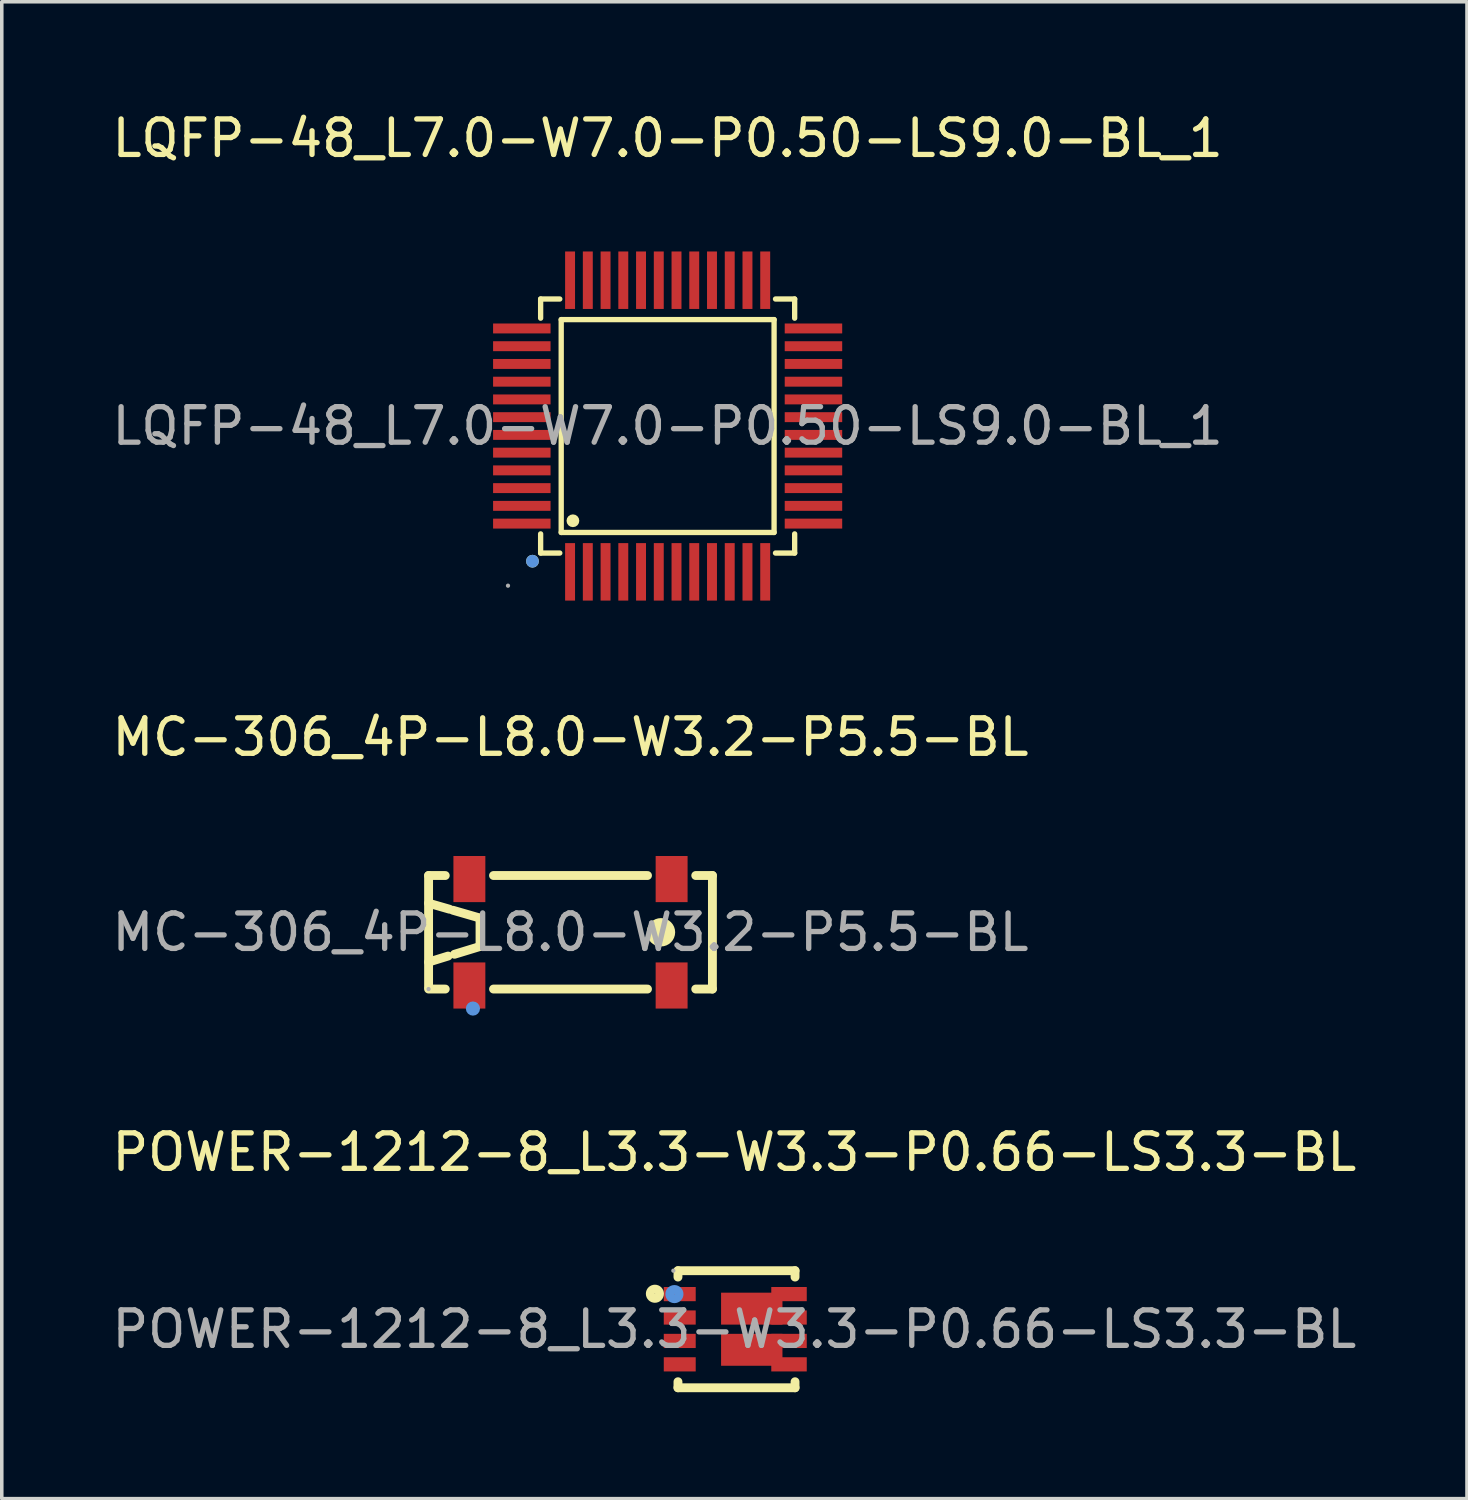
<source format=kicad_pcb>
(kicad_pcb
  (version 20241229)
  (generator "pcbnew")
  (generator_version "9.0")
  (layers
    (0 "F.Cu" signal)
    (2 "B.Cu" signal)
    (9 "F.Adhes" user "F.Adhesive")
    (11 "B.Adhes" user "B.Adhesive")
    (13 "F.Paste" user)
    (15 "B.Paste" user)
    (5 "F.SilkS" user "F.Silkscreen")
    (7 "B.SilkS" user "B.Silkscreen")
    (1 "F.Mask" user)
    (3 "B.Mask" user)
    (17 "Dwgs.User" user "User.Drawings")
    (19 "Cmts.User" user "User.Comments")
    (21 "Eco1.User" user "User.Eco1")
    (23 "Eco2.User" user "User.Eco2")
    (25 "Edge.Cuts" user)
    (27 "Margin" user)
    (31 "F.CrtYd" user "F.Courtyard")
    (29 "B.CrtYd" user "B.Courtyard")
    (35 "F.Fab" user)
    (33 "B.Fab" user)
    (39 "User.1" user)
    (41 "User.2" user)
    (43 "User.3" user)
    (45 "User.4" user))
  (footprint "MC-306_4P-L8.0-W3.2-P5.5-BL"
    (layer "F.Cu")
    (at 13.03 23.227)
    (property "Reference" "MC-306_4P-L8.0-W3.2-P5.5-BL" (at 0 -5.5 0) (layer "F.SilkS") (effects (font (size 1 1) (thickness 0.15))))
    (attr smd)
    (fp_line (start -4 -1.6) (end -4 1.55) (stroke (width 0.25) (type solid)) (layer "F.SilkS"))
    (fp_line (start -4 -0.82) (end -3.41 -0.65) (stroke (width 0.25) (type solid)) (layer "F.SilkS"))
    (fp_line (start -4 1.6) (end -3.53 1.6) (stroke (width 0.25) (type solid)) (layer "F.SilkS"))
    (fp_line (start -3.53 -1.6) (end -4 -1.6) (stroke (width 0.25) (type solid)) (layer "F.SilkS"))
    (fp_line (start -3.45 0.67) (end -4 0.84) (stroke (width 0.25) (type solid)) (layer "F.SilkS"))
    (fp_line (start -3.31 -0.62) (end -2.55 -0.4) (stroke (width 0.25) (type solid)) (layer "F.SilkS"))
    (fp_line (start -2.55 -0.4) (end -2.55 0.4) (stroke (width 0.25) (type solid)) (layer "F.SilkS"))
    (fp_line (start -2.55 0.4) (end -3.27 0.62) (stroke (width 0.25) (type solid)) (layer "F.SilkS"))
    (fp_line (start -2.17 1.6) (end 2.17 1.6) (stroke (width 0.25) (type solid)) (layer "F.SilkS"))
    (fp_line (start 2.17 -1.6) (end -2.17 -1.6) (stroke (width 0.25) (type solid)) (layer "F.SilkS"))
    (fp_line (start 3.53 1.6) (end 4 1.6) (stroke (width 0.25) (type solid)) (layer "F.SilkS"))
    (fp_line (start 4 -1.6) (end 3.53 -1.6) (stroke (width 0.25) (type solid)) (layer "F.SilkS"))
    (fp_line (start 4 1.6) (end 4 -1.6) (stroke (width 0.25) (type solid)) (layer "F.SilkS"))
    (fp_circle (center 2.55 0) (end 2.75 0) (stroke (width 0.4) (type solid)) (fill no) (layer "F.SilkS"))
    (fp_circle (center -2.75 2.15) (end -2.65 2.15) (stroke (width 0.2) (type solid)) (fill no) (layer "Cmts.User"))
    (fp_circle (center -4 1.6) (end -3.97 1.6) (stroke (width 0.06) (type solid)) (fill no) (layer "F.Fab"))
    (fp_text user "${REFERENCE}" (at 0 0 0) (layer "F.Fab") (effects (font (size 1 1) (thickness 0.15))))
    (pad "1" smd rect (at -2.85 1.5) (size 0.9 1.3) (layers "F.Cu" "F.Mask" "F.Paste"))
    (pad "2" smd rect (at 2.85 1.5) (size 0.9 1.3) (layers "F.Cu" "F.Mask" "F.Paste"))
    (pad "3" smd rect (at 2.85 -1.5) (size 0.9 1.3) (layers "F.Cu" "F.Mask" "F.Paste"))
    (pad "4" smd rect (at -2.85 -1.5) (size 0.9 1.3) (layers "F.Cu" "F.Mask" "F.Paste")))
  (footprint "POWER-1212-8_L3.3-W3.3-P0.66-LS3.3-BL"
    (layer "F.Cu")
    (at 17.649 34.415)
    (property "Reference" "POWER-1212-8_L3.3-W3.3-P0.66-LS3.3-BL" (at 0 -4.99 0) (layer "F.SilkS") (effects (font (size 1 1) (thickness 0.15))))
    (attr smd)
    (fp_line (start -1.59 -1.65) (end -1.59 -1.47) (stroke (width 0.25) (type solid)) (layer "F.SilkS"))
    (fp_line (start -1.59 -1.65) (end 1.71 -1.65) (stroke (width 0.25) (type solid)) (layer "F.SilkS"))
    (fp_line (start -1.59 1.48) (end -1.59 1.65) (stroke (width 0.25) (type solid)) (layer "F.SilkS"))
    (fp_line (start -1.59 1.65) (end 1.71 1.65) (stroke (width 0.25) (type solid)) (layer "F.SilkS"))
    (fp_line (start 1.71 -1.65) (end 1.71 -1.47) (stroke (width 0.25) (type solid)) (layer "F.SilkS"))
    (fp_line (start 1.71 1.48) (end 1.71 1.65) (stroke (width 0.25) (type solid)) (layer "F.SilkS"))
    (fp_circle (center -2.24 -1) (end -2.11 -1) (stroke (width 0.25) (type solid)) (fill no) (layer "F.SilkS"))
    (fp_circle (center -1.69 -0.99) (end -1.56 -0.99) (stroke (width 0.25) (type solid)) (fill no) (layer "Cmts.User"))
    (fp_circle (center -1.72 -1.65) (end -1.69 -1.65) (stroke (width 0.06) (type solid)) (fill no) (layer "F.Fab"))
    (fp_text user "${REFERENCE}" (at 0 0 0) (layer "F.Fab") (effects (font (size 1 1) (thickness 0.15))))
    (pad "1" smd rect (at -1.54 -0.99) (size 0.9 0.4) (layers "F.Cu" "F.Mask" "F.Paste"))
    (pad "2" smd rect (at -1.54 -0.33) (size 0.9 0.4) (layers "F.Cu" "F.Mask" "F.Paste"))
    (pad "3" smd rect (at -1.54 0.33) (size 0.9 0.4) (layers "F.Cu" "F.Mask" "F.Paste"))
    (pad "4" smd rect (at -1.54 0.99) (size 0.9 0.4) (layers "F.Cu" "F.Mask" "F.Paste"))
    (pad "5" smd rect (at 1.54 0.99) (size 1 0.4) (layers "F.Cu" "F.Mask" "F.Paste"))
    (pad "6" smd rect (at 0.49 0.58) (size 1.73 0.9) (layers "F.Cu" "F.Mask" "F.Paste"))
    (pad "6" smd rect (at 1.54 0.33) (size 1 0.4) (layers "F.Cu" "F.Mask" "F.Paste"))
    (pad "7" smd rect (at 1.54 -0.33) (size 1 0.4) (layers "F.Cu" "F.Mask" "F.Paste"))
    (pad "8" smd rect (at 0.49 -0.58) (size 1.73 0.9) (layers "F.Cu" "F.Mask" "F.Paste"))
    (pad "8" smd rect (at 1.54 -0.99) (size 1 0.4) (layers "F.Cu" "F.Mask" "F.Paste")))
  (footprint "LQFP-48_L7.0-W7.0-P0.50-LS9.0-BL_1"
    (layer "F.Cu")
    (at 15.768 8.958)
    (property "Reference" "LQFP-48_L7.0-W7.0-P0.50-LS9.0-BL_1" (at 0 -8.11 0) (layer "F.SilkS") (effects (font (size 1 1) (thickness 0.15))))
    (attr smd)
    (fp_line (start -3.58 -3.58) (end -3.58 -3.04) (stroke (width 0.15) (type solid)) (layer "F.SilkS"))
    (fp_line (start -3.58 3.58) (end -3.58 3.04) (stroke (width 0.15) (type solid)) (layer "F.SilkS"))
    (fp_line (start -3.04 -3.58) (end -3.58 -3.58) (stroke (width 0.15) (type solid)) (layer "F.SilkS"))
    (fp_line (start -3.04 3.58) (end -3.58 3.58) (stroke (width 0.15) (type solid)) (layer "F.SilkS"))
    (fp_line (start -3 -3) (end 3 -3) (stroke (width 0.15) (type solid)) (layer "F.SilkS"))
    (fp_line (start -3 3) (end -3 -3) (stroke (width 0.15) (type solid)) (layer "F.SilkS"))
    (fp_line (start 3 -3) (end 3 3) (stroke (width 0.15) (type solid)) (layer "F.SilkS"))
    (fp_line (start 3 3) (end -3 3) (stroke (width 0.15) (type solid)) (layer "F.SilkS"))
    (fp_line (start 3.04 -3.58) (end 3.58 -3.58) (stroke (width 0.15) (type solid)) (layer "F.SilkS"))
    (fp_line (start 3.04 3.58) (end 3.58 3.58) (stroke (width 0.15) (type solid)) (layer "F.SilkS"))
    (fp_line (start 3.58 -3.58) (end 3.58 -3.04) (stroke (width 0.15) (type solid)) (layer "F.SilkS"))
    (fp_line (start 3.58 3.58) (end 3.58 3.04) (stroke (width 0.15) (type solid)) (layer "F.SilkS"))
    (fp_circle (center -3.81 3.81) (end -3.72 3.81) (stroke (width 0.18) (type solid)) (fill no) (layer "F.SilkS"))
    (fp_circle (center -2.67 2.67) (end -2.58 2.67) (stroke (width 0.18) (type solid)) (fill no) (layer "F.SilkS"))
    (fp_circle (center -3.81 3.81) (end -3.72 3.81) (stroke (width 0.18) (type solid)) (fill no) (layer "Cmts.User"))
    (fp_circle (center -4.5 4.5) (end -4.47 4.5) (stroke (width 0.06) (type solid)) (fill no) (layer "F.Fab"))
    (fp_text user "${REFERENCE}" (at 0 0 0) (layer "F.Fab") (effects (font (size 1 1) (thickness 0.15))))
    (pad "1" smd rect (at -2.75 4.11) (size 0.28 1.62) (layers "F.Cu" "F.Mask" "F.Paste"))
    (pad "2" smd rect (at -2.25 4.11) (size 0.28 1.62) (layers "F.Cu" "F.Mask" "F.Paste"))
    (pad "3" smd rect (at -1.75 4.11) (size 0.28 1.62) (layers "F.Cu" "F.Mask" "F.Paste"))
    (pad "4" smd rect (at -1.25 4.11) (size 0.28 1.62) (layers "F.Cu" "F.Mask" "F.Paste"))
    (pad "5" smd rect (at -0.75 4.11) (size 0.28 1.62) (layers "F.Cu" "F.Mask" "F.Paste"))
    (pad "6" smd rect (at -0.25 4.11) (size 0.28 1.62) (layers "F.Cu" "F.Mask" "F.Paste"))
    (pad "7" smd rect (at 0.25 4.11) (size 0.28 1.62) (layers "F.Cu" "F.Mask" "F.Paste"))
    (pad "8" smd rect (at 0.75 4.11) (size 0.28 1.62) (layers "F.Cu" "F.Mask" "F.Paste"))
    (pad "9" smd rect (at 1.25 4.11) (size 0.28 1.62) (layers "F.Cu" "F.Mask" "F.Paste"))
    (pad "10" smd rect (at 1.75 4.11) (size 0.28 1.62) (layers "F.Cu" "F.Mask" "F.Paste"))
    (pad "11" smd rect (at 2.25 4.11) (size 0.28 1.62) (layers "F.Cu" "F.Mask" "F.Paste"))
    (pad "12" smd rect (at 2.75 4.11) (size 0.28 1.62) (layers "F.Cu" "F.Mask" "F.Paste"))
    (pad "13" smd rect (at 4.11 2.75) (size 1.62 0.28) (layers "F.Cu" "F.Mask" "F.Paste"))
    (pad "14" smd rect (at 4.11 2.25) (size 1.62 0.28) (layers "F.Cu" "F.Mask" "F.Paste"))
    (pad "15" smd rect (at 4.11 1.75) (size 1.62 0.28) (layers "F.Cu" "F.Mask" "F.Paste"))
    (pad "16" smd rect (at 4.11 1.25) (size 1.62 0.28) (layers "F.Cu" "F.Mask" "F.Paste"))
    (pad "17" smd rect (at 4.11 0.75) (size 1.62 0.28) (layers "F.Cu" "F.Mask" "F.Paste"))
    (pad "18" smd rect (at 4.11 0.25) (size 1.62 0.28) (layers "F.Cu" "F.Mask" "F.Paste"))
    (pad "19" smd rect (at 4.11 -0.25) (size 1.62 0.28) (layers "F.Cu" "F.Mask" "F.Paste"))
    (pad "20" smd rect (at 4.11 -0.75) (size 1.62 0.28) (layers "F.Cu" "F.Mask" "F.Paste"))
    (pad "21" smd rect (at 4.11 -1.25) (size 1.62 0.28) (layers "F.Cu" "F.Mask" "F.Paste"))
    (pad "22" smd rect (at 4.11 -1.75) (size 1.62 0.28) (layers "F.Cu" "F.Mask" "F.Paste"))
    (pad "23" smd rect (at 4.11 -2.25) (size 1.62 0.28) (layers "F.Cu" "F.Mask" "F.Paste"))
    (pad "24" smd rect (at 4.11 -2.75) (size 1.62 0.28) (layers "F.Cu" "F.Mask" "F.Paste"))
    (pad "25" smd rect (at 2.75 -4.11) (size 0.28 1.62) (layers "F.Cu" "F.Mask" "F.Paste"))
    (pad "26" smd rect (at 2.25 -4.11) (size 0.28 1.62) (layers "F.Cu" "F.Mask" "F.Paste"))
    (pad "27" smd rect (at 1.75 -4.11) (size 0.28 1.62) (layers "F.Cu" "F.Mask" "F.Paste"))
    (pad "28" smd rect (at 1.25 -4.11) (size 0.28 1.62) (layers "F.Cu" "F.Mask" "F.Paste"))
    (pad "29" smd rect (at 0.75 -4.11) (size 0.28 1.62) (layers "F.Cu" "F.Mask" "F.Paste"))
    (pad "30" smd rect (at 0.25 -4.11) (size 0.28 1.62) (layers "F.Cu" "F.Mask" "F.Paste"))
    (pad "31" smd rect (at -0.25 -4.11) (size 0.28 1.62) (layers "F.Cu" "F.Mask" "F.Paste"))
    (pad "32" smd rect (at -0.75 -4.11) (size 0.28 1.62) (layers "F.Cu" "F.Mask" "F.Paste"))
    (pad "33" smd rect (at -1.25 -4.11) (size 0.28 1.62) (layers "F.Cu" "F.Mask" "F.Paste"))
    (pad "34" smd rect (at -1.75 -4.11) (size 0.28 1.62) (layers "F.Cu" "F.Mask" "F.Paste"))
    (pad "35" smd rect (at -2.25 -4.11) (size 0.28 1.62) (layers "F.Cu" "F.Mask" "F.Paste"))
    (pad "36" smd rect (at -2.75 -4.11) (size 0.28 1.62) (layers "F.Cu" "F.Mask" "F.Paste"))
    (pad "37" smd rect (at -4.11 -2.75) (size 1.62 0.28) (layers "F.Cu" "F.Mask" "F.Paste"))
    (pad "38" smd rect (at -4.11 -2.25) (size 1.62 0.28) (layers "F.Cu" "F.Mask" "F.Paste"))
    (pad "39" smd rect (at -4.11 -1.75) (size 1.62 0.28) (layers "F.Cu" "F.Mask" "F.Paste"))
    (pad "40" smd rect (at -4.11 -1.25) (size 1.62 0.28) (layers "F.Cu" "F.Mask" "F.Paste"))
    (pad "41" smd rect (at -4.11 -0.75) (size 1.62 0.28) (layers "F.Cu" "F.Mask" "F.Paste"))
    (pad "42" smd rect (at -4.11 -0.25) (size 1.62 0.28) (layers "F.Cu" "F.Mask" "F.Paste"))
    (pad "43" smd rect (at -4.11 0.25) (size 1.62 0.28) (layers "F.Cu" "F.Mask" "F.Paste"))
    (pad "44" smd rect (at -4.11 0.75) (size 1.62 0.28) (layers "F.Cu" "F.Mask" "F.Paste"))
    (pad "45" smd rect (at -4.11 1.25) (size 1.62 0.28) (layers "F.Cu" "F.Mask" "F.Paste"))
    (pad "46" smd rect (at -4.11 1.75) (size 1.62 0.28) (layers "F.Cu" "F.Mask" "F.Paste"))
    (pad "47" smd rect (at -4.11 2.25) (size 1.62 0.28) (layers "F.Cu" "F.Mask" "F.Paste"))
    (pad "48" smd rect (at -4.11 2.75) (size 1.62 0.28) (layers "F.Cu" "F.Mask" "F.Paste")))
  (gr_rect
    (start -3 -3)
    (end 38.298 39.19)
    (stroke (width 0.1) (type default))
    (fill no)
    (layer "Edge.Cuts")))
</source>
